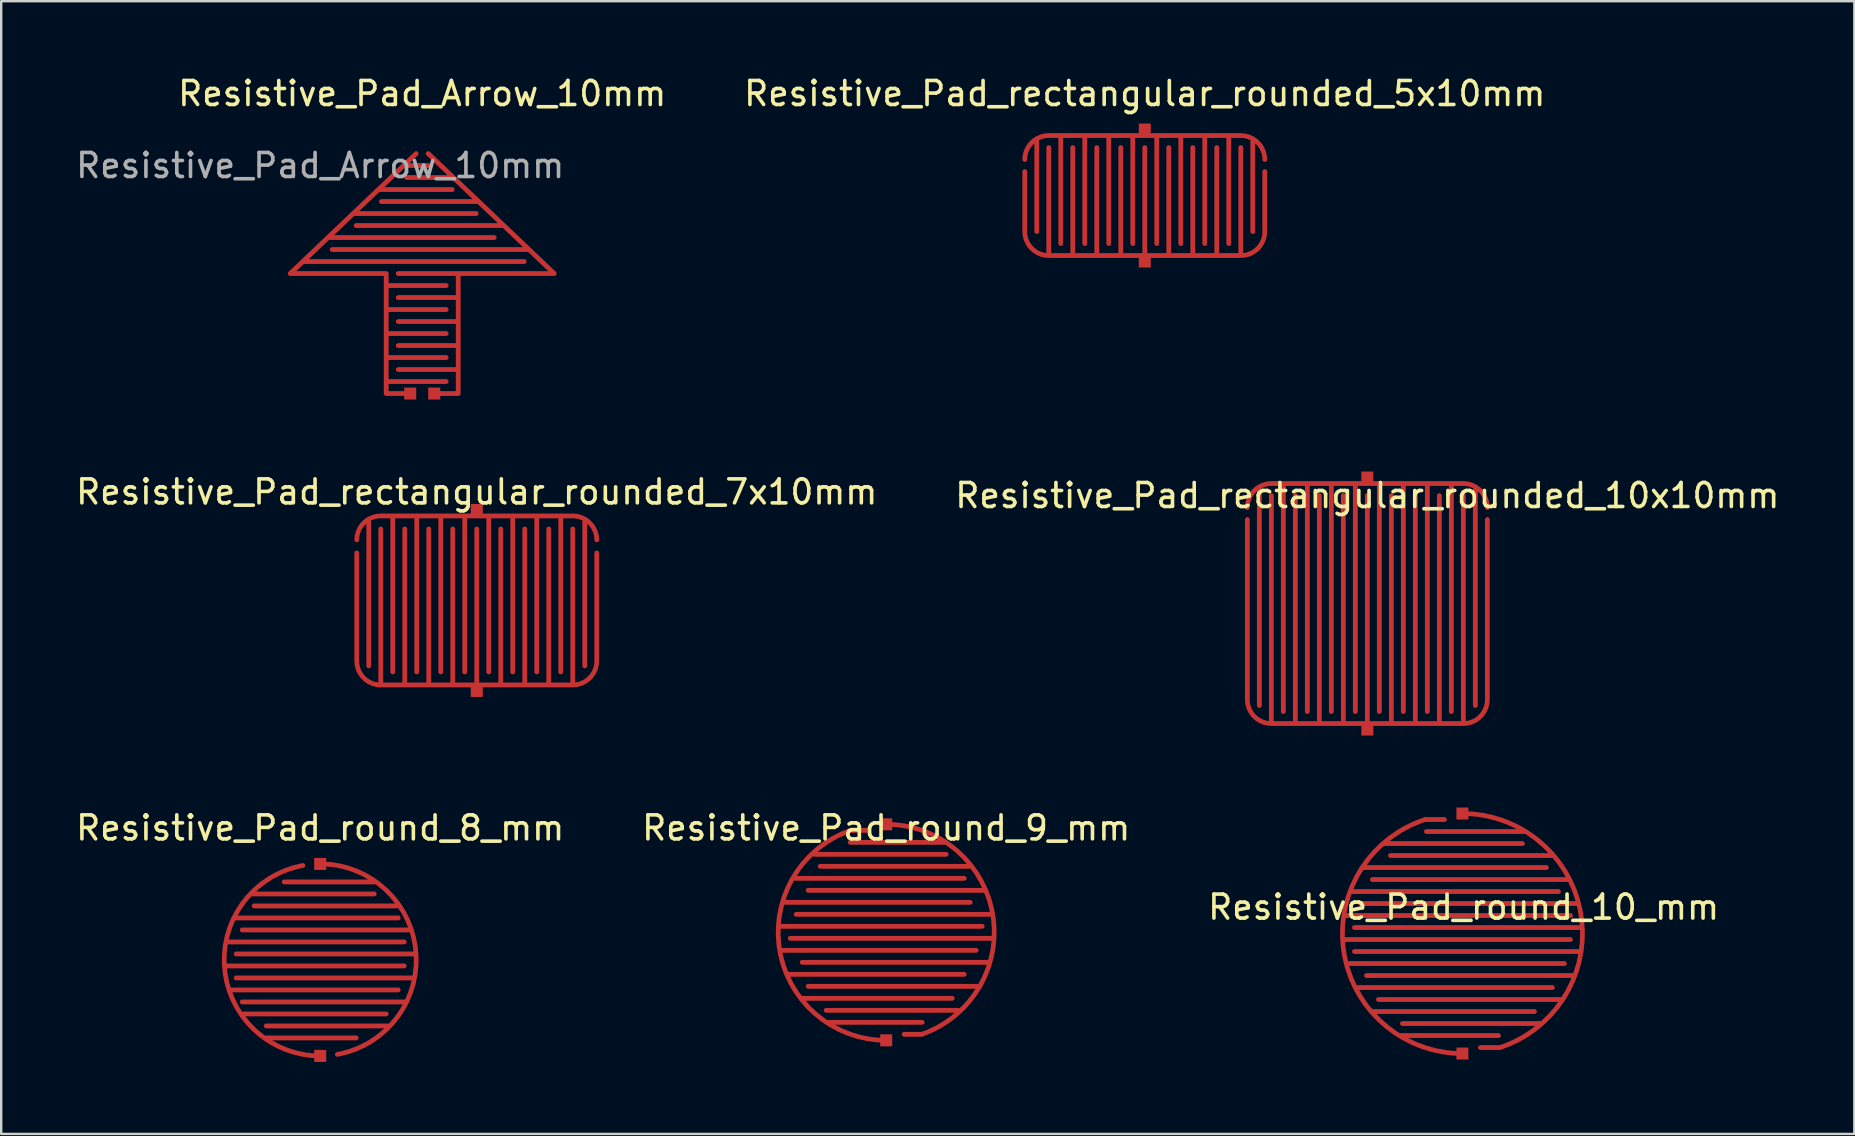
<source format=kicad_pcb>
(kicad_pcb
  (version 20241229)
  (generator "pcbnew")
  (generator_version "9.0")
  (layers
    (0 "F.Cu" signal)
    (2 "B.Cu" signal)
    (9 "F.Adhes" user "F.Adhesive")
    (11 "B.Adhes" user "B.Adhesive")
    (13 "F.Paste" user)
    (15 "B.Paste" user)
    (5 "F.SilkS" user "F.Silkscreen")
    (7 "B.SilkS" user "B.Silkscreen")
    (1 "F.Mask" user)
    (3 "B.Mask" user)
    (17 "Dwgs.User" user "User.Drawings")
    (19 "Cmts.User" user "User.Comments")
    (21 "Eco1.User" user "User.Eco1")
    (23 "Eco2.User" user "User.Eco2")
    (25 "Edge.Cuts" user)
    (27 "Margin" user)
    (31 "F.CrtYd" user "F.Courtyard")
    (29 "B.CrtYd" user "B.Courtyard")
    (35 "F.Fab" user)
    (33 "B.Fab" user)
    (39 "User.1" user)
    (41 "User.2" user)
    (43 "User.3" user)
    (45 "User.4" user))
  (footprint "Resistive_Pad_round_10_mm"
    (layer "F.Cu")
    (at 57.885 35.848)
    (property "Reference" "Resistive_Pad_round_10_mm" (at 0.05 -1.1 0) (unlocked yes) (layer "F.SilkS") (effects (font (size 1 1) (thickness 0.15))))
    (attr smd)
    (pad "1" smd custom (at 0 -5 90) (size 0.5 0.5) (layers "F.Cu" "F.Mask") (options (anchor rect)) (primitives (gr_arc (start 0 0) (mid -4.217828 4.938442) (end -9.755283 1.545085) (width 0.2)) (gr_line (start -0.75 -1.5) (end -0.75 2.6) (width 0.2)) (gr_line (start -1.75 -3) (end -1.75 3.8) (width 0.2)) (gr_line (start -2.75 -3.75) (end -2.75 4.4) (width 0.2)) (gr_line (start -3.75 -4.25) (end -3.75 4.8) (width 0.2)) (gr_line (start -4.75 -4.5) (end -4.75 4.9) (width 0.2)) (gr_line (start -5.75 -4.5) (end -5.75 4.9) (width 0.2)) (gr_line (start -6.75 -4) (end -6.75 4.6) (width 0.2)) (gr_line (start -7.75 -3.5) (end -7.75 4.1) (width 0.2)) (gr_line (start -8.75 -2.5) (end -8.75 3.3) (width 0.2)) (gr_line (start -9.75 0.75) (end -9.75 1.5) (width 0.2))))
    (pad "2" smd custom (at 0 5 270) (size 0.5 0.5) (layers "F.Cu" "F.Mask") (options (anchor rect)) (primitives (gr_arc (start 0 0) (mid -4.217828 4.938442) (end -9.755283 1.545085) (width 0.2)) (gr_line (start -0.75 -1.5) (end -0.75 2.6) (width 0.2)) (gr_line (start -1.75 -3) (end -1.75 3.8) (width 0.2)) (gr_line (start -2.75 -3.75) (end -2.75 4.4) (width 0.2)) (gr_line (start -3.75 -4.25) (end -3.75 4.8) (width 0.2)) (gr_line (start -4.75 -4.5) (end -4.75 4.9) (width 0.2)) (gr_line (start -5.75 -4.5) (end -5.75 4.9) (width 0.2)) (gr_line (start -6.75 -4) (end -6.75 4.6) (width 0.2)) (gr_line (start -7.75 -3.5) (end -7.75 4.1) (width 0.2)) (gr_line (start -8.75 -2.5) (end -8.75 3.3) (width 0.2)) (gr_line (start -9.75 0.75) (end -9.75 1.5) (width 0.2)))))
  (footprint "Resistive_Pad_rectangular_rounded_7x10mm"
    (layer "F.Cu")
    (at 16.815 21.697)
    (property "Reference" "Resistive_Pad_rectangular_rounded_7x10mm" (at 0 -4.25 0) (unlocked yes) (layer "F.SilkS") (effects (font (size 1 1) (thickness 0.15))))
    (attr smd)
    (pad "1" smd custom (at 0 -3.5 90) (size 0.5 0.5) (layers "F.Cu" "F.Mask") (options (anchor rect)) (primitives (gr_line (start -0.25 -4) (end -0.25 4) (width 0.2)) (gr_arc (start -0.25 4) (mid -0.542892 4.707106) (end -1.249998 5) (width 0.2)) (gr_arc (start -1.25 -5) (mid -0.542894 -4.707108) (end -0.25 -4.000002) (width 0.2)) (gr_line (start -0.5 -4.5) (end -6.5 -4.5) (width 0.2)) (gr_line (start -0.25 -3.5) (end -6.75 -3.5) (width 0.2)) (gr_line (start -0.25 -2.5) (end -6.75 -2.5) (width 0.2)) (gr_line (start -0.25 -1.5) (end -6.75 -1.5) (width 0.2)) (gr_line (start -0.25 -0.5) (end -6.75 -0.5) (width 0.2)) (gr_line (start -0.25 0.5) (end -6.75 0.5) (width 0.2)) (gr_line (start -0.25 1.5) (end -6.75 1.5) (width 0.2)) (gr_line (start -0.25 2.5) (end -6.75 2.5) (width 0.2)) (gr_line (start -0.25 3.5) (end -6.75 3.5) (width 0.2)) (gr_line (start -0.5 4.5) (end -6.5 4.5) (width 0.2))))
    (pad "2" smd custom (at 0 4.043 270) (size 0.5 0.5) (layers "F.Cu" "F.Mask") (options (anchor rect)) (primitives (gr_line (start -0.25 -4) (end -0.25 4) (width 0.2)) (gr_arc (start -0.25 4) (mid -0.542892 4.707106) (end -1.249998 5) (width 0.2)) (gr_arc (start -1.25 -5) (mid -0.542894 -4.707108) (end -0.25 -4.000002) (width 0.2)) (gr_line (start -1.25 -5) (end -5.75 -5) (width 0.2)) (gr_line (start -0.25 -4) (end -6.75 -4) (width 0.2)) (gr_line (start -0.25 -3) (end -6.75 -3) (width 0.2)) (gr_line (start -0.25 -2) (end -6.75 -2) (width 0.2)) (gr_line (start -0.25 -1) (end -6.75 -1) (width 0.2)) (gr_line (start -0.25 0) (end -6.75 0) (width 0.2)) (gr_line (start -0.25 1) (end -6.75 1) (width 0.2)) (gr_line (start -0.25 2) (end -6.75 2) (width 0.2)) (gr_line (start -0.25 3) (end -6.75 3) (width 0.2)) (gr_line (start -1.25 5) (end -5.75 5) (width 0.2)) (gr_line (start -0.25 4) (end -6.75 4) (width 0.2)))))
  (footprint "Resistive_Pad_round_9_mm"
    (layer "F.Cu")
    (at 33.875 35.797)
    (property "Reference" "Resistive_Pad_round_9_mm" (at 0 -4.35 0) (unlocked yes) (layer "F.SilkS") (effects (font (size 1 1) (thickness 0.15))))
    (attr smd)
    (pad "1" smd custom (at 0 -4.5 90) (size 0.5 0.5) (layers "F.Cu" "F.Mask") (options (anchor rect)) (primitives (gr_arc (start 0 0) (mid -3.745672 4.436323) (end -8.747105 1.487309) (width 0.2)) (gr_line (start -0.75 -1.5) (end -0.75 2.5) (width 0.2)) (gr_line (start -1.75 -2.75) (end -1.75 3.5) (width 0.2)) (gr_line (start -2.75 -3.25) (end -2.75 4.1) (width 0.2)) (gr_line (start -3.75 -3.75) (end -3.75 4.3) (width 0.2)) (gr_line (start -4.75 -4) (end -4.75 4.4) (width 0.2)) (gr_line (start -5.75 -3.5) (end -5.75 4.3) (width 0.2)) (gr_line (start -6.75 -3.25) (end -6.75 3.8) (width 0.2)) (gr_line (start -7.75 -2.5) (end -7.75 3) (width 0.2)) (gr_line (start -8.75 0.75) (end -8.75 1.5) (width 0.2))))
    (pad "2" smd custom (at 0 4.5 270) (size 0.5 0.5) (layers "F.Cu" "F.Mask") (options (anchor rect)) (primitives (gr_arc (start 0 0) (mid -3.745672 4.436323) (end -8.747105 1.487309) (width 0.2)) (gr_line (start -0.75 -1.5) (end -0.75 2.5) (width 0.2)) (gr_line (start -1.75 -2.75) (end -1.75 3.5) (width 0.2)) (gr_line (start -2.75 -3.25) (end -2.75 4.1) (width 0.2)) (gr_line (start -3.75 -3.75) (end -3.75 4.3) (width 0.2)) (gr_line (start -4.75 -4) (end -4.75 4.4) (width 0.2)) (gr_line (start -5.75 -3.5) (end -5.75 4.3) (width 0.2)) (gr_line (start -6.75 -3.25) (end -6.75 3.8) (width 0.2)) (gr_line (start -7.75 -2.5) (end -7.75 3) (width 0.2)) (gr_line (start -8.75 0.75) (end -8.75 1.5) (width 0.2)))))
  (footprint "Resistive_Pad_rectangular_rounded_5x10mm"
    (layer "F.Cu")
    (at 44.649 4.848)
    (property "Reference" "Resistive_Pad_rectangular_rounded_5x10mm" (at 0 -4 0) (unlocked yes) (layer "F.SilkS") (effects (font (size 1 1) (thickness 0.15))))
    (attr smd)
    (pad "1" smd custom (at 0 -2.5 90) (size 0.5 0.5) (layers "F.Cu" "F.Mask") (options (anchor rect)) (primitives (gr_line (start -0.25 -4) (end -0.25 4) (width 0.2)) (gr_arc (start -0.25 4) (mid -0.542892 4.707106) (end -1.249998 5) (width 0.2)) (gr_arc (start -1.25 -5) (mid -0.542894 -4.707108) (end -0.25 -4.000002) (width 0.2)) (gr_line (start -0.5 -4.5) (end -4.25 -4.5) (width 0.2)) (gr_line (start -0.25 -3.5) (end -4.75 -3.5) (width 0.2)) (gr_line (start -0.25 -2.5) (end -4.75 -2.5) (width 0.2)) (gr_line (start -0.25 -1.5) (end -4.75 -1.5) (width 0.2)) (gr_line (start -0.25 -0.5) (end -4.75 -0.5) (width 0.2)) (gr_line (start -0.25 0.5) (end -4.75 0.5) (width 0.2)) (gr_line (start -0.25 1.5) (end -4.75 1.5) (width 0.2)) (gr_line (start -0.25 2.5) (end -4.75 2.5) (width 0.2)) (gr_line (start -0.25 3.5) (end -4.75 3.5) (width 0.2)) (gr_line (start -0.5 4.5) (end -4.25 4.5) (width 0.2))))
    (pad "2" smd custom (at 0 3 270) (size 0.5 0.5) (layers "F.Cu" "F.Mask") (options (anchor rect)) (primitives (gr_line (start -0.25 -4) (end -0.25 4) (width 0.2)) (gr_arc (start -0.25 4) (mid -0.542892 4.707106) (end -1.249998 5) (width 0.2)) (gr_arc (start -1.25 -5) (mid -0.542894 -4.707108) (end -0.25 -4.000002) (width 0.2)) (gr_line (start -1.25 -5) (end -3.75 -5) (width 0.2)) (gr_line (start -0.25 -4) (end -4.75 -4) (width 0.2)) (gr_line (start -0.25 -3) (end -4.75 -3) (width 0.2)) (gr_line (start -0.25 -2) (end -4.75 -2) (width 0.2)) (gr_line (start -0.25 -1) (end -4.75 -1) (width 0.2)) (gr_line (start -0.25 0) (end -4.75 0) (width 0.2)) (gr_line (start -0.25 1) (end -4.75 1) (width 0.2)) (gr_line (start -0.25 2) (end -4.75 2) (width 0.2)) (gr_line (start -0.25 3) (end -4.75 3) (width 0.2)) (gr_line (start -1.25 5) (end -3.75 5) (width 0.2)) (gr_line (start -0.25 4) (end -4.75 4) (width 0.2)))))
  (footprint "Resistive_Pad_round_8_mm"
    (layer "F.Cu")
    (at 10.292 36.947)
    (property "Reference" "Resistive_Pad_round_8_mm" (at 0 -5.5 0) (unlocked yes) (layer "F.SilkS") (effects (font (size 1 1) (thickness 0.15))))
    (attr smd)
    (pad "1" smd custom (at 0 -4 90) (size 0.5 0.5) (layers "F.Cu" "F.Mask") (options (anchor rect)) (primitives (gr_arc (start 0 0) (mid -3.640946 3.983852) (end -7.93554 0.715209) (width 0.2)) (gr_line (start -0.75 -1.5) (end -0.75 2.3) (width 0.2)) (gr_line (start -1.75 -2.75) (end -1.75 3.2) (width 0.2)) (gr_line (start -2.75 -3.25) (end -2.75 3.8) (width 0.2)) (gr_line (start -3.75 -3.5) (end -3.75 3.9) (width 0.2)) (gr_line (start -4.75 -3.5) (end -4.75 3.9) (width 0.2)) (gr_line (start -5.75 -3.25) (end -5.75 3.6) (width 0.2)) (gr_line (start -6.75 -2.25) (end -6.75 2.9) (width 0.2))))
    (pad "2" smd custom (at 0 4 270) (size 0.5 0.5) (layers "F.Cu" "F.Mask") (options (anchor rect)) (primitives (gr_arc (start 0 0) (mid -3.637469 3.983538) (end -7.934286 0.722077) (width 0.2)) (gr_line (start -0.75 -1.5) (end -0.75 2.3) (width 0.2)) (gr_line (start -1.75 -2.75) (end -1.75 3.2) (width 0.2)) (gr_line (start -2.75 -3.25) (end -2.75 3.8) (width 0.2)) (gr_line (start -3.75 -3.5) (end -3.75 3.9) (width 0.2)) (gr_line (start -4.75 -3.5) (end -4.75 3.9) (width 0.2)) (gr_line (start -5.75 -3.25) (end -5.75 3.6) (width 0.2)) (gr_line (start -6.75 -2.25) (end -6.75 2.9) (width 0.2)))))
  (footprint "Resistive_Pad_rectangular_rounded_10x10mm"
    (layer "F.Cu")
    (at 53.923 21.848)
    (property "Reference" "Resistive_Pad_rectangular_rounded_10x10mm" (at 0 -4.25 0) (unlocked yes) (layer "F.SilkS") (effects (font (size 1 1) (thickness 0.15))))
    (attr smd)
    (pad "1" smd custom (at 0 -5 90) (size 0.5 0.5) (layers "F.Cu" "F.Mask") (options (anchor rect)) (primitives (gr_line (start -0.25 -4) (end -0.25 4) (width 0.2)) (gr_arc (start -0.25 4) (mid -0.542892 4.707106) (end -1.249998 5) (width 0.2)) (gr_arc (start -1.25 -5) (mid -0.542894 -4.707108) (end -0.25 -4.000002) (width 0.2)) (gr_line (start -0.5 -4.5) (end -9.5 -4.5) (width 0.2)) (gr_line (start -0.25 -3.5) (end -9.75 -3.5) (width 0.2)) (gr_line (start -0.25 -2.5) (end -9.75 -2.5) (width 0.2)) (gr_line (start -0.25 -1.5) (end -9.75 -1.5) (width 0.2)) (gr_line (start -0.25 -0.5) (end -9.75 -0.5) (width 0.2)) (gr_line (start -0.25 0.5) (end -9.75 0.5) (width 0.2)) (gr_line (start -0.25 1.5) (end -9.75 1.5) (width 0.2)) (gr_line (start -0.25 2.5) (end -9.75 2.5) (width 0.2)) (gr_line (start -0.25 3.5) (end -9.75 3.5) (width 0.2)) (gr_line (start -0.5 4.5) (end -9.5 4.5) (width 0.2))))
    (pad "2" smd custom (at 0 5.5 270) (size 0.5 0.5) (layers "F.Cu" "F.Mask") (options (anchor rect)) (primitives (gr_line (start -0.25 -4) (end -0.25 4) (width 0.2)) (gr_arc (start -0.25 4) (mid -0.542892 4.707106) (end -1.249998 5) (width 0.2)) (gr_arc (start -1.25 -5) (mid -0.542894 -4.707108) (end -0.25 -4.000002) (width 0.2)) (gr_line (start -1.25 -5) (end -8.75 -5) (width 0.2)) (gr_line (start -0.25 -4) (end -9.75 -4) (width 0.2)) (gr_line (start -0.25 -3) (end -9.75 -3) (width 0.2)) (gr_line (start -0.25 -2) (end -9.75 -2) (width 0.2)) (gr_line (start -0.25 -1) (end -9.75 -1) (width 0.2)) (gr_line (start -0.25 0) (end -9.75 0) (width 0.2)) (gr_line (start -0.25 1) (end -9.75 1) (width 0.2)) (gr_line (start -0.25 2) (end -9.75 2) (width 0.2)) (gr_line (start -0.25 3) (end -9.75 3) (width 0.2)) (gr_line (start -1.25 5) (end -8.75 5) (width 0.2)) (gr_line (start -0.25 4) (end -9.75 4) (width 0.2)))))
  (footprint "Resistive_Pad_Arrow_10mm"
    (layer "F.Cu")
    (at 14.542 13.348)
    (property "Reference" "Resistive_Pad_Arrow_10mm" (at 0 -12.5 0) (unlocked yes) (layer "F.SilkS") (effects (font (size 1 1) (thickness 0.15))))
    (attr smd)
    (fp_text user "${REFERENCE}" (at -4.25 -9.5 0) (unlocked yes) (layer "F.Fab") (effects (font (size 1 1) (thickness 0.15))))
    (pad "1" smd custom (at -0.5 0 270) (size 0.5 0.5) (layers "F.Cu" "F.Mask") (options (anchor rect)) (primitives (gr_line (start 0 1) (end 0 0) (width 0.2)) (gr_line (start 0 1) (end -5 1) (width 0.2)) (gr_line (start -5 1) (end -5 5) (width 0.2)) (gr_line (start -5 5) (end -10 -0.25) (width 0.2)) (gr_line (start -0.5 1) (end -0.5 -1.5) (width 0.2)) (gr_line (start -1.5 1) (end -1.5 -1.5) (width 0.2)) (gr_line (start -2.5 1) (end -2.5 -1.5) (width 0.2)) (gr_line (start -3.5 1) (end -3.5 -1.5) (width 0.2)) (gr_line (start -4.5 1) (end -4.5 -1.5) (width 0.2)) (gr_line (start -5.5 4.4) (end -5.5 -4.75) (width 0.2)) (gr_line (start -6.5 3.4) (end -6.5 -3.5) (width 0.2)) (gr_line (start -7.5 2.3) (end -7.5 -2.75) (width 0.2)) (gr_line (start -8.5 1.25) (end -8.5 -1.75) (width 0.2)) (gr_line (start -9.5 0.2) (end -9.5 -0.75) (width 0.2))))
    (pad "2" smd custom (at 0.5 0 90) (size 0.5 0.5) (layers "F.Cu" "F.Mask") (options (anchor rect)) (primitives (gr_line (start 0 0) (end 0 1) (width 0.2)) (gr_line (start 5 1) (end 0 1) (width 0.2)) (gr_line (start 5 5) (end 5 1) (width 0.2)) (gr_line (start 10 -0.25) (end 5 5) (width 0.2)) (gr_line (start 1 -1.5) (end 1 1) (width 0.2)) (gr_line (start 2 -1.5) (end 2 1) (width 0.2)) (gr_line (start 3 -1.5) (end 3 1) (width 0.2)) (gr_line (start 4 -1.5) (end 4 1) (width 0.2)) (gr_line (start 5 -1.5) (end 5 1) (width 0.2)) (gr_line (start 6 -4.25) (end 6 3.9) (width 0.2)) (gr_line (start 7 -3.25) (end 7 2.8) (width 0.2)) (gr_line (start 8 -2.2) (end 8 1.85) (width 0.2)) (gr_line (start 9 0.8) (end 9 -1.15) (width 0.2)))))
  (gr_rect
    (start -3 -3)
    (end 74.214 44.197)
    (stroke (width 0.1) (type default))
    (fill no)
    (layer "Edge.Cuts")))
</source>
